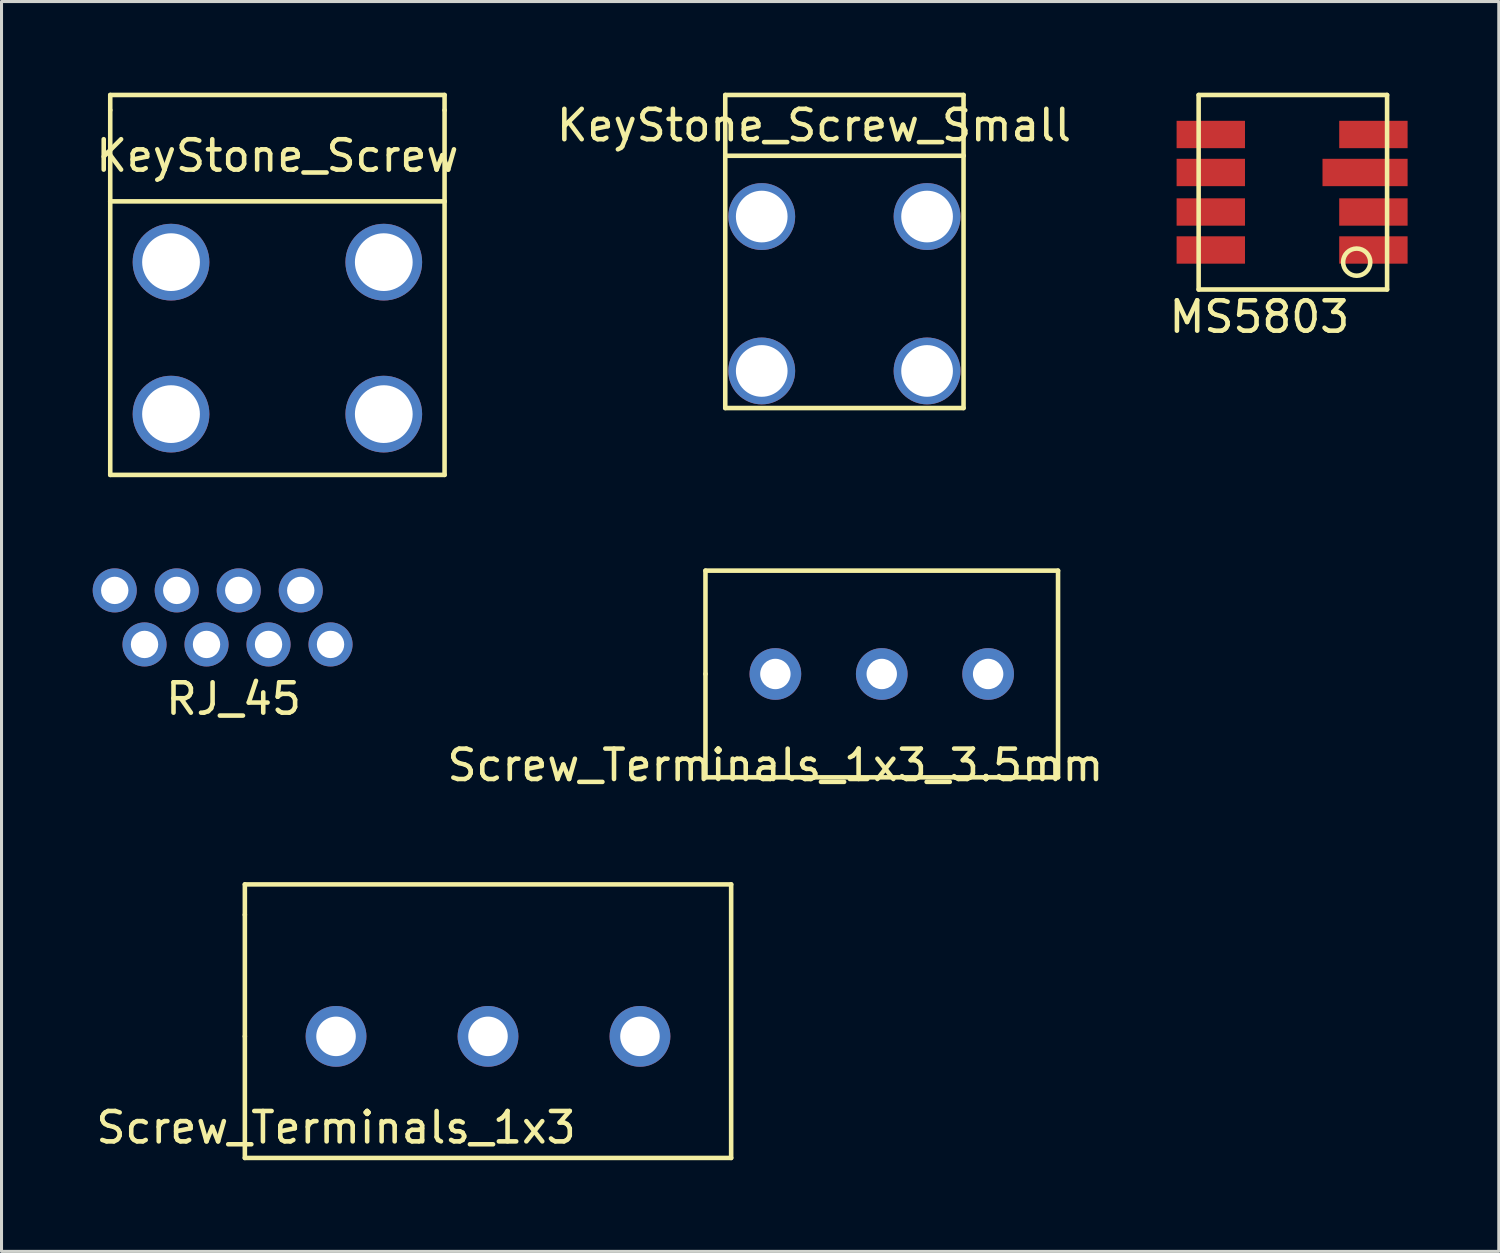
<source format=kicad_pcb>
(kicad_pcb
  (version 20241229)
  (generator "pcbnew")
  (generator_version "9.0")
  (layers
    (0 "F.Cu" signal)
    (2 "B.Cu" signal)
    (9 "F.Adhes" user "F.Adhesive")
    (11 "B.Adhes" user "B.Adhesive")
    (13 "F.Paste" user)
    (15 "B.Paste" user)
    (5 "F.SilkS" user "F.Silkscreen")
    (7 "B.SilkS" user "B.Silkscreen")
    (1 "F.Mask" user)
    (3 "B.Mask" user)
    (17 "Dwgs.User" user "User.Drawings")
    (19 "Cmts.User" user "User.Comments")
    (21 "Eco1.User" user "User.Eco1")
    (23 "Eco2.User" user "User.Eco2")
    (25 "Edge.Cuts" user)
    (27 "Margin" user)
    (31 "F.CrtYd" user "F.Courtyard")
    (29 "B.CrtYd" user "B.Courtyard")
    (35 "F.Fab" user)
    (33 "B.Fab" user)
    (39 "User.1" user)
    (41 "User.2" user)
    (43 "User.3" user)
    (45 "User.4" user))
  (footprint "KeyStone_Screw_Small"
    (layer "F.Cu")
    (at 24.732 9.075)
    (property "Reference" "KeyStone_Screw_Small" (at -1 -8 0) (layer "F.SilkS") (effects (font (size 1 1) (thickness 0.15))))
    (attr through_hole)
    (fp_line (start -3.92 -9) (end 3.92 -9) (stroke (width 0.15) (type solid)) (layer "F.SilkS"))
    (fp_line (start -3.92 -7) (end -3.92 -9) (stroke (width 0.15) (type solid)) (layer "F.SilkS"))
    (fp_line (start -3.92 -7) (end -3.92 1.3) (stroke (width 0.15) (type solid)) (layer "F.SilkS"))
    (fp_line (start -3.92 -7) (end 3.92 -7) (stroke (width 0.15) (type solid)) (layer "F.SilkS"))
    (fp_line (start -3.92 1.3) (end 3.92 1.3) (stroke (width 0.15) (type solid)) (layer "F.SilkS"))
    (fp_line (start 3.92 -7) (end 3.92 -9) (stroke (width 0.15) (type solid)) (layer "F.SilkS"))
    (fp_line (start 3.92 -7) (end 3.92 1.3) (stroke (width 0.15) (type solid)) (layer "F.SilkS"))
    (pad "1" thru_hole circle (at -2.72 -5) (size 2.2 2.2) (drill 1.7) (layers "*.Cu" "*.Mask"))
    (pad "1" thru_hole circle (at -2.72 0.08 90) (size 2.2 2.2) (drill 1.7) (layers "*.Cu" "*.Mask"))
    (pad "1" thru_hole circle (at 2.72 -5) (size 2.2 2.2) (drill 1.7) (layers "*.Cu" "*.Mask"))
    (pad "1" thru_hole circle (at 2.72 0.08 90) (size 2.2 2.2) (drill 1.7) (layers "*.Cu" "*.Mask")))
  (footprint "Screw_Terminals_1x3_3.5mm"
    (layer "F.Cu")
    (at 22.461 19.125)
    (property "Reference" "Screw_Terminals_1x3_3.5mm" (at 0 3 0) (layer "F.SilkS") (effects (font (size 1 1) (thickness 0.15))))
    (attr through_hole)
    (fp_line (start -2.3 -3.4) (end -2.3 0) (stroke (width 0.15) (type solid)) (layer "F.SilkS"))
    (fp_line (start -2.3 0) (end -2.3 3.4) (stroke (width 0.15) (type solid)) (layer "F.SilkS"))
    (fp_line (start -2.3 3.4) (end 9.3 3.4) (stroke (width 0.15) (type solid)) (layer "F.SilkS"))
    (fp_line (start 9.3 -3.4) (end -2.3 -3.4) (stroke (width 0.15) (type solid)) (layer "F.SilkS"))
    (fp_line (start 9.3 3.4) (end 9.3 -3.4) (stroke (width 0.15) (type solid)) (layer "F.SilkS"))
    (pad "1" thru_hole circle (at 0 0) (size 1.7 1.7) (drill 1) (layers "*.Cu" "*.Mask"))
    (pad "2" thru_hole circle (at 3.5 0) (size 1.7 1.7) (drill 1) (layers "*.Cu" "*.Mask"))
    (pad "3" thru_hole circle (at 7 0) (size 1.7 1.7) (drill 1) (layers "*.Cu" "*.Mask")))
  (footprint "RJ_45"
    (layer "F.Cu")
    (at 7.835 18.143)
    (property "Reference" "RJ_45" (at -3.2 1.8 0) (layer "F.SilkS") (effects (font (size 1 1) (thickness 0.15))))
    (attr through_hole)
    (pad "1" thru_hole circle (at -0.01 0.01) (size 1.45 1.45) (drill 0.9) (layers "*.Cu" "*.Mask"))
    (pad "2" thru_hole circle (at -0.99 -1.768) (size 1.45 1.45) (drill 0.9) (layers "*.Cu" "*.Mask"))
    (pad "3" thru_hole circle (at -2.05 0.01) (size 1.45 1.45) (drill 0.9) (layers "*.Cu" "*.Mask"))
    (pad "4" thru_hole circle (at -3.03 -1.768) (size 1.45 1.45) (drill 0.9) (layers "*.Cu" "*.Mask"))
    (pad "5" thru_hole circle (at -4.09 0.01) (size 1.45 1.45) (drill 0.9) (layers "*.Cu" "*.Mask"))
    (pad "6" thru_hole circle (at -5.07 -1.768) (size 1.45 1.45) (drill 0.9) (layers "*.Cu" "*.Mask"))
    (pad "7" thru_hole circle (at -6.13 0.01) (size 1.45 1.45) (drill 0.9) (layers "*.Cu" "*.Mask"))
    (pad "8" thru_hole circle (at -7.11 -1.768) (size 1.45 1.45) (drill 0.9) (layers "*.Cu" "*.Mask")))
  (footprint "MS5803"
    (layer "F.Cu")
    (at 39.387 3.275)
    (property "Reference" "MS5803" (at -1 4.1 0) (layer "F.SilkS") (effects (font (size 1 1) (thickness 0.15))))
    (attr through_hole)
    (fp_line (start -3 -3.2) (end 3.2 -3.2) (stroke (width 0.15) (type solid)) (layer "F.SilkS"))
    (fp_line (start -3 3.2) (end -3 -3.2) (stroke (width 0.15) (type solid)) (layer "F.SilkS"))
    (fp_line (start 3.2 -3.2) (end 3.2 3.2) (stroke (width 0.15) (type solid)) (layer "F.SilkS"))
    (fp_line (start 3.2 3.2) (end -3 3.2) (stroke (width 0.15) (type solid)) (layer "F.SilkS"))
    (fp_circle (center 2.2 2.3) (end 2.6 2.5) (stroke (width 0.15) (type solid)) (fill no) (layer "F.SilkS"))
    (pad "1" smd rect (at 2.75 1.9) (size 2.25 0.9) (layers "F.Cu" "F.Mask" "F.Paste"))
    (pad "2" smd rect (at 2.75 0.65) (size 2.25 0.9) (layers "F.Cu" "F.Mask" "F.Paste"))
    (pad "3" smd rect (at 2.475 -0.65) (size 2.8 0.9) (layers "F.Cu" "F.Mask" "F.Paste"))
    (pad "4" smd rect (at 2.75 -1.9) (size 2.25 0.9) (layers "F.Cu" "F.Mask" "F.Paste"))
    (pad "5" smd rect (at -2.6 -1.9) (size 2.25 0.9) (layers "F.Cu" "F.Mask" "F.Paste"))
    (pad "6" smd rect (at -2.6 -0.65) (size 2.25 0.9) (layers "F.Cu" "F.Mask" "F.Paste"))
    (pad "7" smd rect (at -2.6 0.65) (size 2.25 0.9) (layers "F.Cu" "F.Mask" "F.Paste"))
    (pad "8" smd rect (at -2.6 1.9) (size 2.25 0.9) (layers "F.Cu" "F.Mask" "F.Paste")))
  (footprint "Screw_Terminals_1x3"
    (layer "F.Cu")
    (at 8.006 31.048)
    (property "Reference" "Screw_Terminals_1x3" (at 0 3 0) (layer "F.SilkS") (effects (font (size 1 1) (thickness 0.15))))
    (attr through_hole)
    (fp_line (start -3 -5) (end -3 -4) (stroke (width 0.15) (type solid)) (layer "F.SilkS"))
    (fp_line (start -3 -4) (end -3 0) (stroke (width 0.15) (type solid)) (layer "F.SilkS"))
    (fp_line (start -3 0) (end -3 4) (stroke (width 0.15) (type solid)) (layer "F.SilkS"))
    (fp_line (start -3 4) (end 13 4) (stroke (width 0.15) (type solid)) (layer "F.SilkS"))
    (fp_line (start 13 -5) (end -3 -5) (stroke (width 0.15) (type solid)) (layer "F.SilkS"))
    (fp_line (start 13 -5) (end 13 4) (stroke (width 0.15) (type solid)) (layer "F.SilkS"))
    (pad "1" thru_hole circle (at 0 0) (size 2 2) (drill 1.3) (layers "*.Cu" "*.Mask"))
    (pad "2" thru_hole circle (at 5 0) (size 2 2) (drill 1.3) (layers "*.Cu" "*.Mask"))
    (pad "3" thru_hole circle (at 10 0) (size 2 2) (drill 1.3) (layers "*.Cu" "*.Mask")))
  (footprint "KeyStone_Screw"
    (layer "F.Cu")
    (at 6.077 10.575)
    (property "Reference" "KeyStone_Screw" (at 0 -8.5 180) (layer "F.SilkS") (effects (font (size 1 1) (thickness 0.15))))
    (attr through_hole)
    (fp_line (start -5.5 -10.5) (end -5.5 -10) (stroke (width 0.15) (type solid)) (layer "F.SilkS"))
    (fp_line (start -5.5 -10) (end -5.5 -7) (stroke (width 0.15) (type solid)) (layer "F.SilkS"))
    (fp_line (start -5.5 -7) (end 5.5 -7) (stroke (width 0.15) (type solid)) (layer "F.SilkS"))
    (fp_line (start -5.5 2) (end -5.5 -7) (stroke (width 0.15) (type solid)) (layer "F.SilkS"))
    (fp_line (start 5.5 -10.5) (end -5.5 -10.5) (stroke (width 0.15) (type solid)) (layer "F.SilkS"))
    (fp_line (start 5.5 -10) (end 5.5 -10.5) (stroke (width 0.15) (type solid)) (layer "F.SilkS"))
    (fp_line (start 5.5 -7) (end 5.5 -10) (stroke (width 0.15) (type solid)) (layer "F.SilkS"))
    (fp_line (start 5.5 -7) (end 5.5 2) (stroke (width 0.15) (type solid)) (layer "F.SilkS"))
    (fp_line (start 5.5 2) (end -5.5 2) (stroke (width 0.15) (type solid)) (layer "F.SilkS"))
    (pad "1" thru_hole circle (at -3.5 -5) (size 2.524 2.524) (drill 1.9) (layers "*.Cu" "*.Mask"))
    (pad "1" thru_hole circle (at -3.5 0) (size 2.524 2.524) (drill 1.9) (layers "*.Cu" "*.Mask"))
    (pad "1" thru_hole circle (at 3.5 -5) (size 2.524 2.524) (drill 1.9) (layers "*.Cu" "*.Mask"))
    (pad "1" thru_hole circle (at 3.5 0) (size 2.524 2.524) (drill 1.9) (layers "*.Cu" "*.Mask")))
  (gr_rect
    (start -3 -3)
    (end 46.262 38.123)
    (stroke (width 0.1) (type default))
    (fill no)
    (layer "Edge.Cuts")))
</source>
